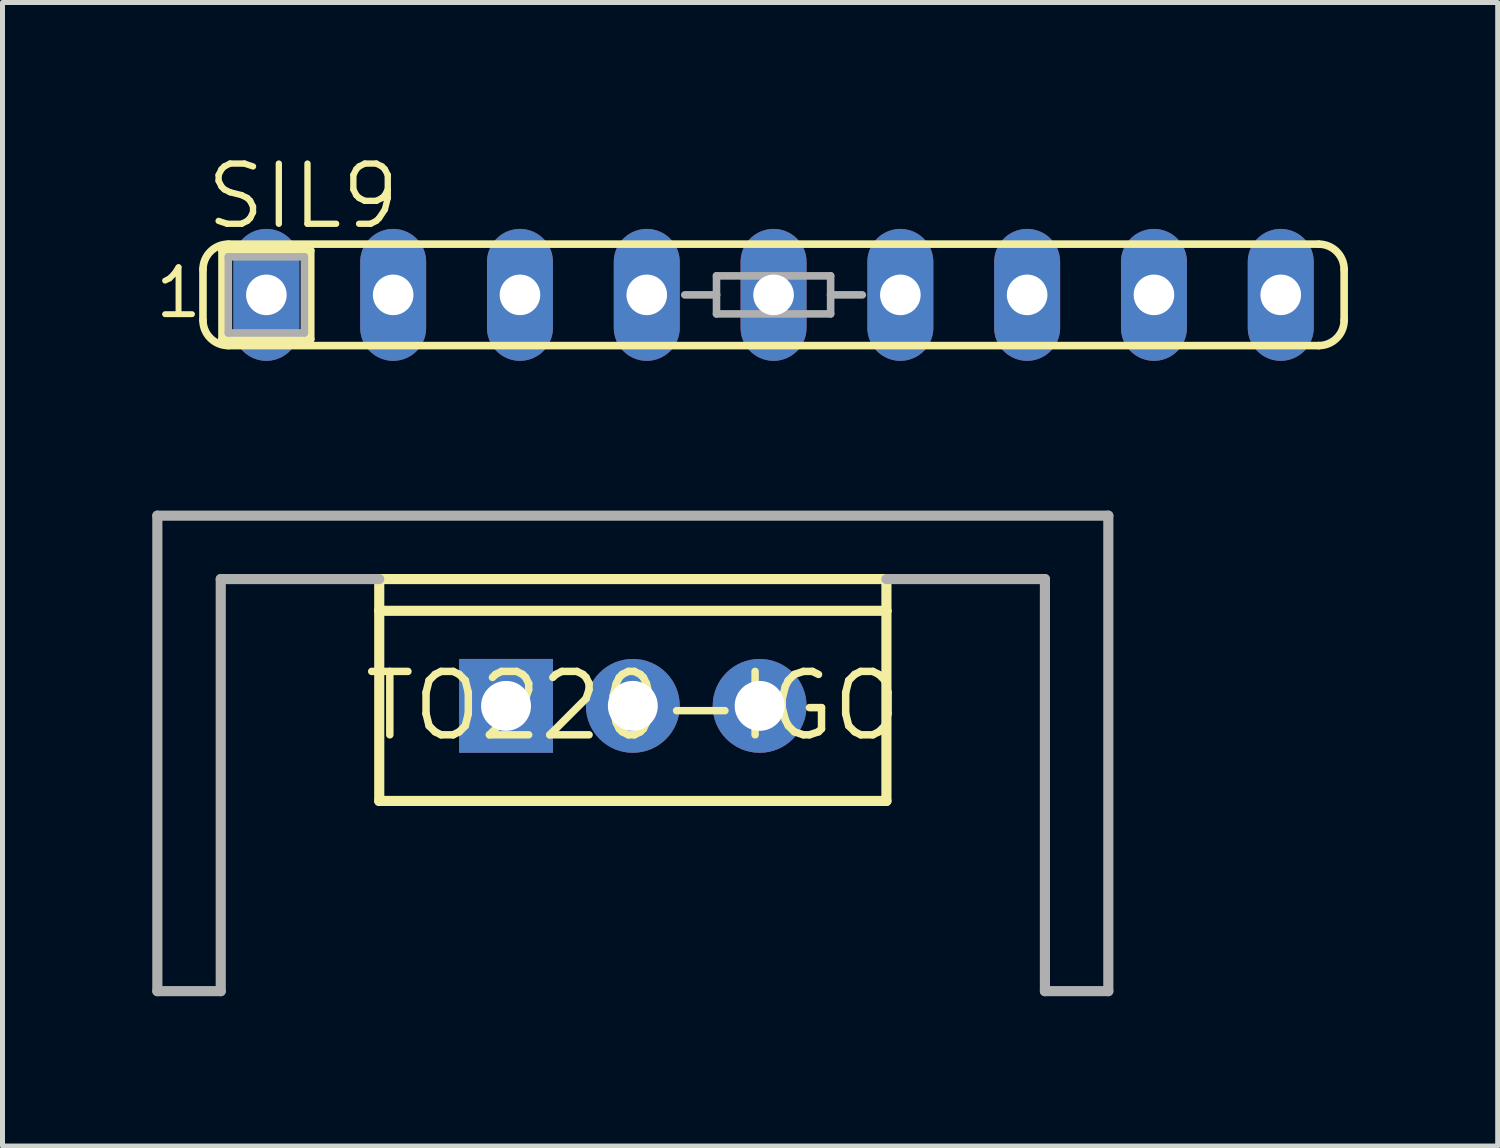
<source format=kicad_pcb>
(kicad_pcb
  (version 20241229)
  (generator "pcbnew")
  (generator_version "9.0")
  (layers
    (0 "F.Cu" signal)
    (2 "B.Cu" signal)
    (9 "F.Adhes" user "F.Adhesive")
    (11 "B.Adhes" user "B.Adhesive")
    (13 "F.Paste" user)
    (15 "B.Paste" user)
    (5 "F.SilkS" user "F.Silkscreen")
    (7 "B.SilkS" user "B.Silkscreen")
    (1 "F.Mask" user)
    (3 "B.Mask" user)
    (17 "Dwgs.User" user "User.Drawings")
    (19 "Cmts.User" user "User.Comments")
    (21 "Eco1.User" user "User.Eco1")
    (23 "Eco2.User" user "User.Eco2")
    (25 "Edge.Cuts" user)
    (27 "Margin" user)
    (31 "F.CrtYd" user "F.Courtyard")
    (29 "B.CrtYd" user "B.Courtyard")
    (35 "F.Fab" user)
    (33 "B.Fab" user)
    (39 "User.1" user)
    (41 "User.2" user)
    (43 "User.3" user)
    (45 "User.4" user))
  (footprint "SIL9"
    (layer "F.Cu")
    (at 12.446 2.857)
    (property "Reference" "SIL9" (at -11.43 -1.27 0) (layer "F.SilkS") (effects (font (size 1.206 1.206) (thickness 0.127)) (justify left bottom)))
    (attr through_hole)
    (fp_line (start -11.43 0.508) (end -11.43 -0.508) (stroke (width 0.152) (type solid)) (layer "F.SilkS"))
    (fp_line (start -11.049 -0.889) (end -9.271 -0.889) (stroke (width 0.152) (type solid)) (layer "F.SilkS"))
    (fp_line (start -11.049 0.889) (end -11.049 -0.889) (stroke (width 0.152) (type solid)) (layer "F.SilkS"))
    (fp_line (start -10.922 1.016) (end 10.922 1.016) (stroke (width 0.152) (type solid)) (layer "F.SilkS"))
    (fp_line (start -9.271 -0.889) (end -9.271 0.889) (stroke (width 0.152) (type solid)) (layer "F.SilkS"))
    (fp_line (start -9.271 0.889) (end -11.049 0.889) (stroke (width 0.152) (type solid)) (layer "F.SilkS"))
    (fp_line (start 10.922 -1.016) (end -10.922 -1.016) (stroke (width 0.152) (type solid)) (layer "F.SilkS"))
    (fp_line (start 11.43 -0.508) (end 11.43 0.508) (stroke (width 0.152) (type solid)) (layer "F.SilkS"))
    (fp_arc (start -11.43 -0.508) (mid -11.28121 -0.86721) (end -10.921999 -1.015999) (stroke (width 0.1524) (type solid)) (layer "F.SilkS"))
    (fp_arc (start -10.921999 1.015999) (mid -11.28121 0.86721) (end -11.43 0.508) (stroke (width 0.1524) (type solid)) (layer "F.SilkS"))
    (fp_arc (start 10.922 -1.016) (mid 11.281211 -0.86721) (end 11.430001 -0.507999) (stroke (width 0.1524) (type solid)) (layer "F.SilkS"))
    (fp_arc (start 11.430001 0.507999) (mid 11.281211 0.86721) (end 10.922 1.016) (stroke (width 0.1524) (type solid)) (layer "F.SilkS"))
    (fp_line (start -10.922 -0.762) (end -9.398 -0.762) (stroke (width 0.152) (type solid)) (layer "F.Fab"))
    (fp_line (start -10.922 0.762) (end -10.922 -0.762) (stroke (width 0.152) (type solid)) (layer "F.Fab"))
    (fp_line (start -9.398 -0.762) (end -9.398 0.762) (stroke (width 0.152) (type solid)) (layer "F.Fab"))
    (fp_line (start -9.398 0.762) (end -10.922 0.762) (stroke (width 0.152) (type solid)) (layer "F.Fab"))
    (fp_line (start -1.778 0) (end -1.143 0) (stroke (width 0.152) (type solid)) (layer "F.Fab"))
    (fp_line (start -1.143 -0.381) (end 1.143 -0.381) (stroke (width 0.152) (type solid)) (layer "F.Fab"))
    (fp_line (start -1.143 0) (end -1.143 -0.381) (stroke (width 0.152) (type solid)) (layer "F.Fab"))
    (fp_line (start -1.143 0.381) (end -1.143 0) (stroke (width 0.152) (type solid)) (layer "F.Fab"))
    (fp_line (start 1.143 -0.381) (end 1.143 0) (stroke (width 0.152) (type solid)) (layer "F.Fab"))
    (fp_line (start 1.143 0) (end 1.143 0.381) (stroke (width 0.152) (type solid)) (layer "F.Fab"))
    (fp_line (start 1.143 0.381) (end -1.143 0.381) (stroke (width 0.152) (type solid)) (layer "F.Fab"))
    (fp_line (start 1.778 0) (end 1.143 0) (stroke (width 0.152) (type solid)) (layer "F.Fab"))
    (fp_text user "1" (at -12.446 0.508 0) (layer "F.SilkS") (effects (font (size 0.941 0.941) (thickness 0.119)) (justify left bottom)))
    (pad "1" thru_hole oval (at -10.16 0 90) (size 2.642 1.321) (drill 0.813) (layers "*.Cu" "*.Mask"))
    (pad "2" thru_hole oval (at -7.62 0 90) (size 2.642 1.321) (drill 0.813) (layers "*.Cu" "*.Mask"))
    (pad "3" thru_hole oval (at -5.08 0 90) (size 2.642 1.321) (drill 0.813) (layers "*.Cu" "*.Mask"))
    (pad "4" thru_hole oval (at -2.54 0 90) (size 2.642 1.321) (drill 0.813) (layers "*.Cu" "*.Mask"))
    (pad "5" thru_hole oval (at 0 0 90) (size 2.642 1.321) (drill 0.813) (layers "*.Cu" "*.Mask"))
    (pad "6" thru_hole oval (at 2.54 0 90) (size 2.642 1.321) (drill 0.813) (layers "*.Cu" "*.Mask"))
    (pad "7" thru_hole oval (at 5.08 0 90) (size 2.642 1.321) (drill 0.813) (layers "*.Cu" "*.Mask"))
    (pad "8" thru_hole oval (at 7.62 0 90) (size 2.642 1.321) (drill 0.813) (layers "*.Cu" "*.Mask"))
    (pad "9" thru_hole oval (at 10.16 0 90) (size 2.642 1.321) (drill 0.813) (layers "*.Cu" "*.Mask")))
  (footprint "TO220-IGO"
    (layer "F.Cu")
    (at 9.627 11.09)
    (property "Reference" "TO220-IGO" (at 0 0 0) (layer "F.SilkS") (effects (font (size 1.27 1.27) (thickness 0.15))))
    (attr through_hole)
    (fp_line (start -5.08 -2.54) (end 5.08 -2.54) (stroke (width 0.203) (type solid)) (layer "F.SilkS"))
    (fp_line (start -5.08 -1.905) (end -5.08 -2.54) (stroke (width 0.203) (type solid)) (layer "F.SilkS"))
    (fp_line (start -5.08 1.905) (end -5.08 -1.905) (stroke (width 0.203) (type solid)) (layer "F.SilkS"))
    (fp_line (start 5.08 -2.54) (end 5.08 -1.905) (stroke (width 0.203) (type solid)) (layer "F.SilkS"))
    (fp_line (start 5.08 -1.905) (end -5.08 -1.905) (stroke (width 0.203) (type solid)) (layer "F.SilkS"))
    (fp_line (start 5.08 -1.905) (end 5.08 1.905) (stroke (width 0.203) (type solid)) (layer "F.SilkS"))
    (fp_line (start 5.08 1.905) (end -5.08 1.905) (stroke (width 0.203) (type solid)) (layer "F.SilkS"))
    (fp_line (start -9.525 -3.81) (end -9.525 5.715) (stroke (width 0.203) (type solid)) (layer "F.Fab"))
    (fp_line (start -9.525 5.715) (end -8.255 5.715) (stroke (width 0.203) (type solid)) (layer "F.Fab"))
    (fp_line (start -8.255 -2.54) (end -5.08 -2.54) (stroke (width 0.203) (type solid)) (layer "F.Fab"))
    (fp_line (start -8.255 5.715) (end -8.255 -2.54) (stroke (width 0.203) (type solid)) (layer "F.Fab"))
    (fp_line (start 5.08 -2.54) (end 8.255 -2.54) (stroke (width 0.203) (type solid)) (layer "F.Fab"))
    (fp_line (start 8.255 -2.54) (end 8.255 5.715) (stroke (width 0.203) (type solid)) (layer "F.Fab"))
    (fp_line (start 8.255 5.715) (end 9.525 5.715) (stroke (width 0.203) (type solid)) (layer "F.Fab"))
    (fp_line (start 9.525 -3.81) (end -9.525 -3.81) (stroke (width 0.203) (type solid)) (layer "F.Fab"))
    (fp_line (start 9.525 5.715) (end 9.525 -3.81) (stroke (width 0.203) (type solid)) (layer "F.Fab"))
    (pad "GND" thru_hole circle (at 0 0) (size 1.88 1.88) (drill 1) (layers "*.Cu" "*.Mask"))
    (pad "IN" thru_hole rect (at -2.54 0) (size 1.88 1.88) (drill 1) (layers "*.Cu" "*.Mask"))
    (pad "OUT" thru_hole circle (at 2.54 0) (size 1.88 1.88) (drill 1) (layers "*.Cu" "*.Mask")))
  (gr_rect
    (start -3 -3)
    (end 26.952 19.907)
    (stroke (width 0.1) (type default))
    (fill no)
    (layer "Edge.Cuts")))
</source>
